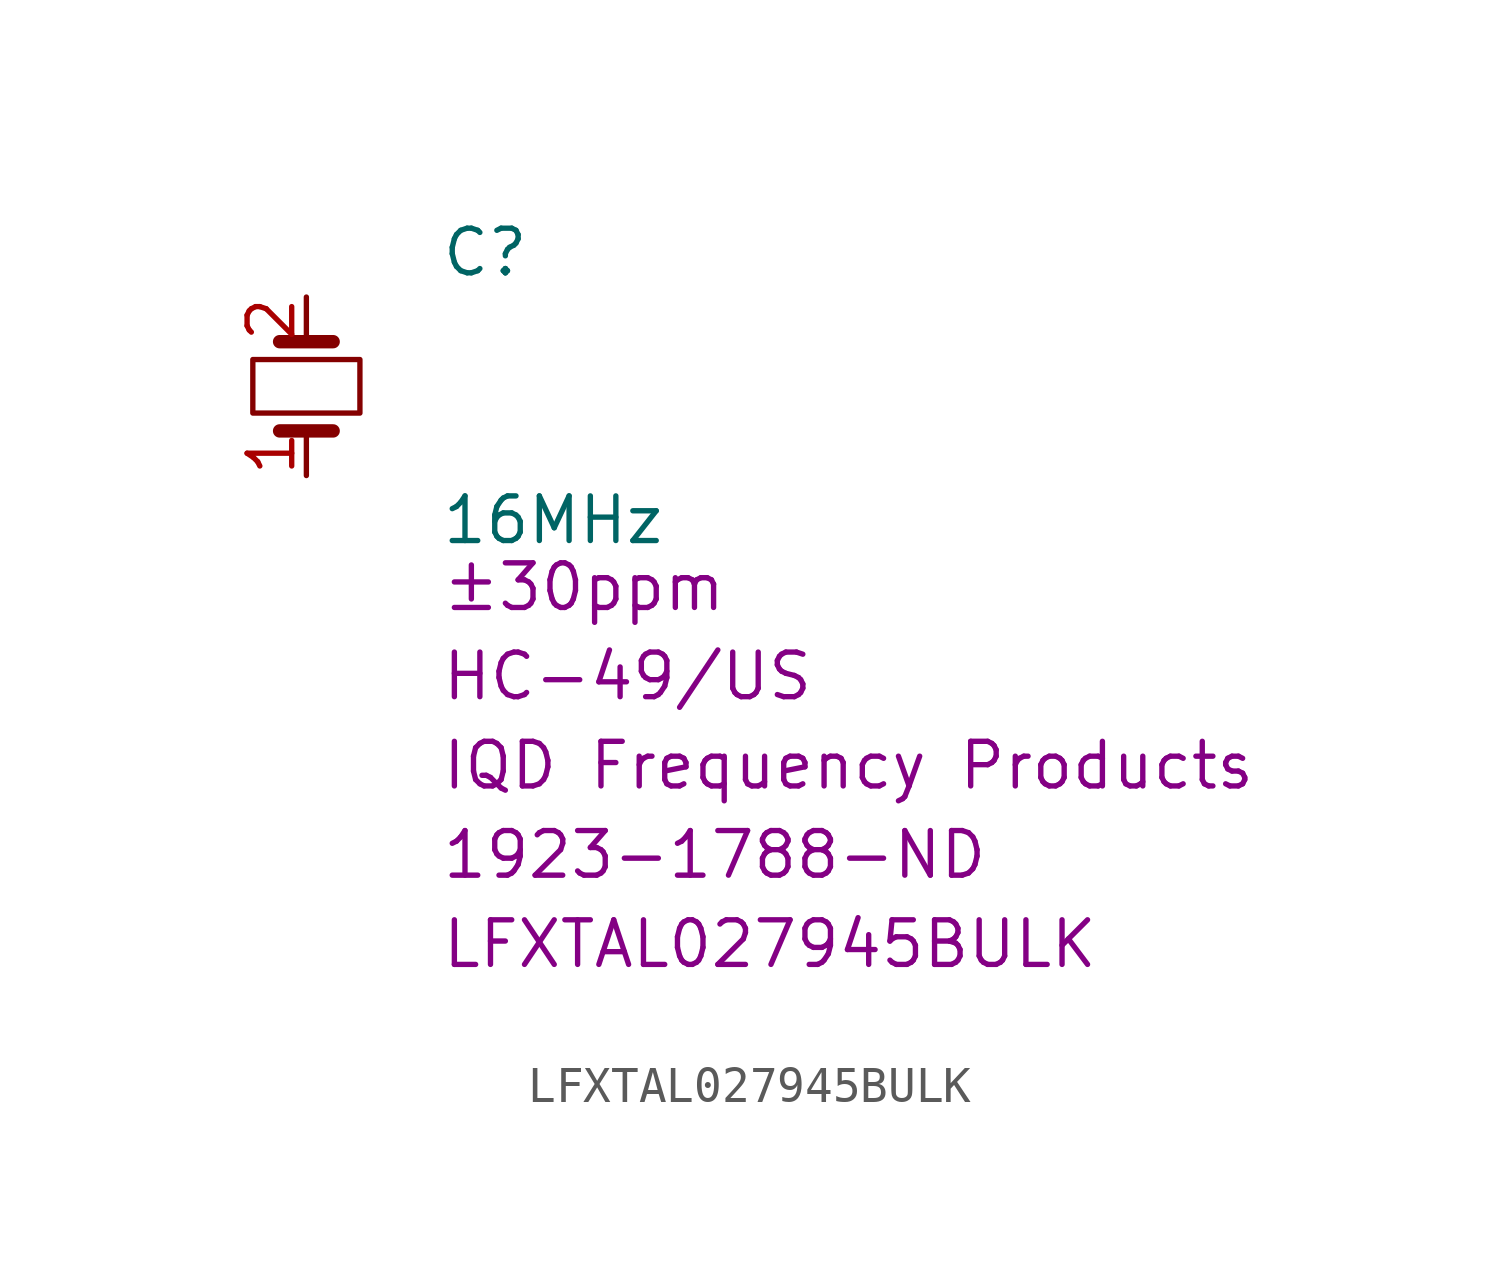
<source format=kicad_sym>
(kicad_symbol_lib
  (version 20231120)
  (generator "kicad_symbol_editor")
  (generator_version "8.0")
  (symbol "LFXTAL027945BULK"
    (pin_names
      (offset 1.016))
    (property "Reference" "C"
      (at 3.81 3.81 0)
      (effects (font (size 1.27 1.27)) (justify left)))
    (property "Value" "16MHz"
      (at 3.81 -3.81 0)
      (effects (font (size 1.27 1.27)) (justify left)))
    (property "Tolerance" "±30ppm"
      (at 3.81 -5.715 0)
      (effects (font (size 1.27 1.27)) (justify left)))
    (property "Chip Set" "HC-49/US"
      (at 3.81 -8.255 0)
      (effects (font (size 1.27 1.27)) (justify left)))
    (property "Manufacturer" "IQD Frequency Products"
      (at 3.81 -10.795 0)
      (effects (font (size 1.27 1.27)) (justify left)))
    (property "MPN" "LFXTAL027945BULK"
      (at 3.81 -15.875 0)
      (effects (font (size 1.27 1.27)) (justify left)))
    (property "Digi-Key_PN" "1923-1788-ND"
      (at 3.81 -13.335 0)
      (effects (font (size 1.27 1.27)) (justify left)))
    (symbol "LFXTAL027945BULK_1_1"
      (polyline (pts (xy 0.762 -1.27) (xy -0.762 -1.27)) (stroke (width 0.381) (type solid)) (fill (type none)))
      (polyline (pts (xy 0.762 1.27) (xy -0.762 1.27)) (stroke (width 0.381) (type solid)) (fill (type none)))
      (rectangle (start 1.524 -0.762) (end -1.524 0.762) (stroke (width 0) (type solid)) (fill (type none)))
      (pin passive line (at 0 -2.54 90) (length 1.27) (name "~" (effects (font (size 1.27 1.27)))) (number "1" (effects (font (size 1.27 1.27)))))
      (pin passive line (at 0 2.54 270) (length 1.27) (name "~" (effects (font (size 1.27 1.27)))) (number "2" (effects (font (size 1.27 1.27))))))))
</source>
